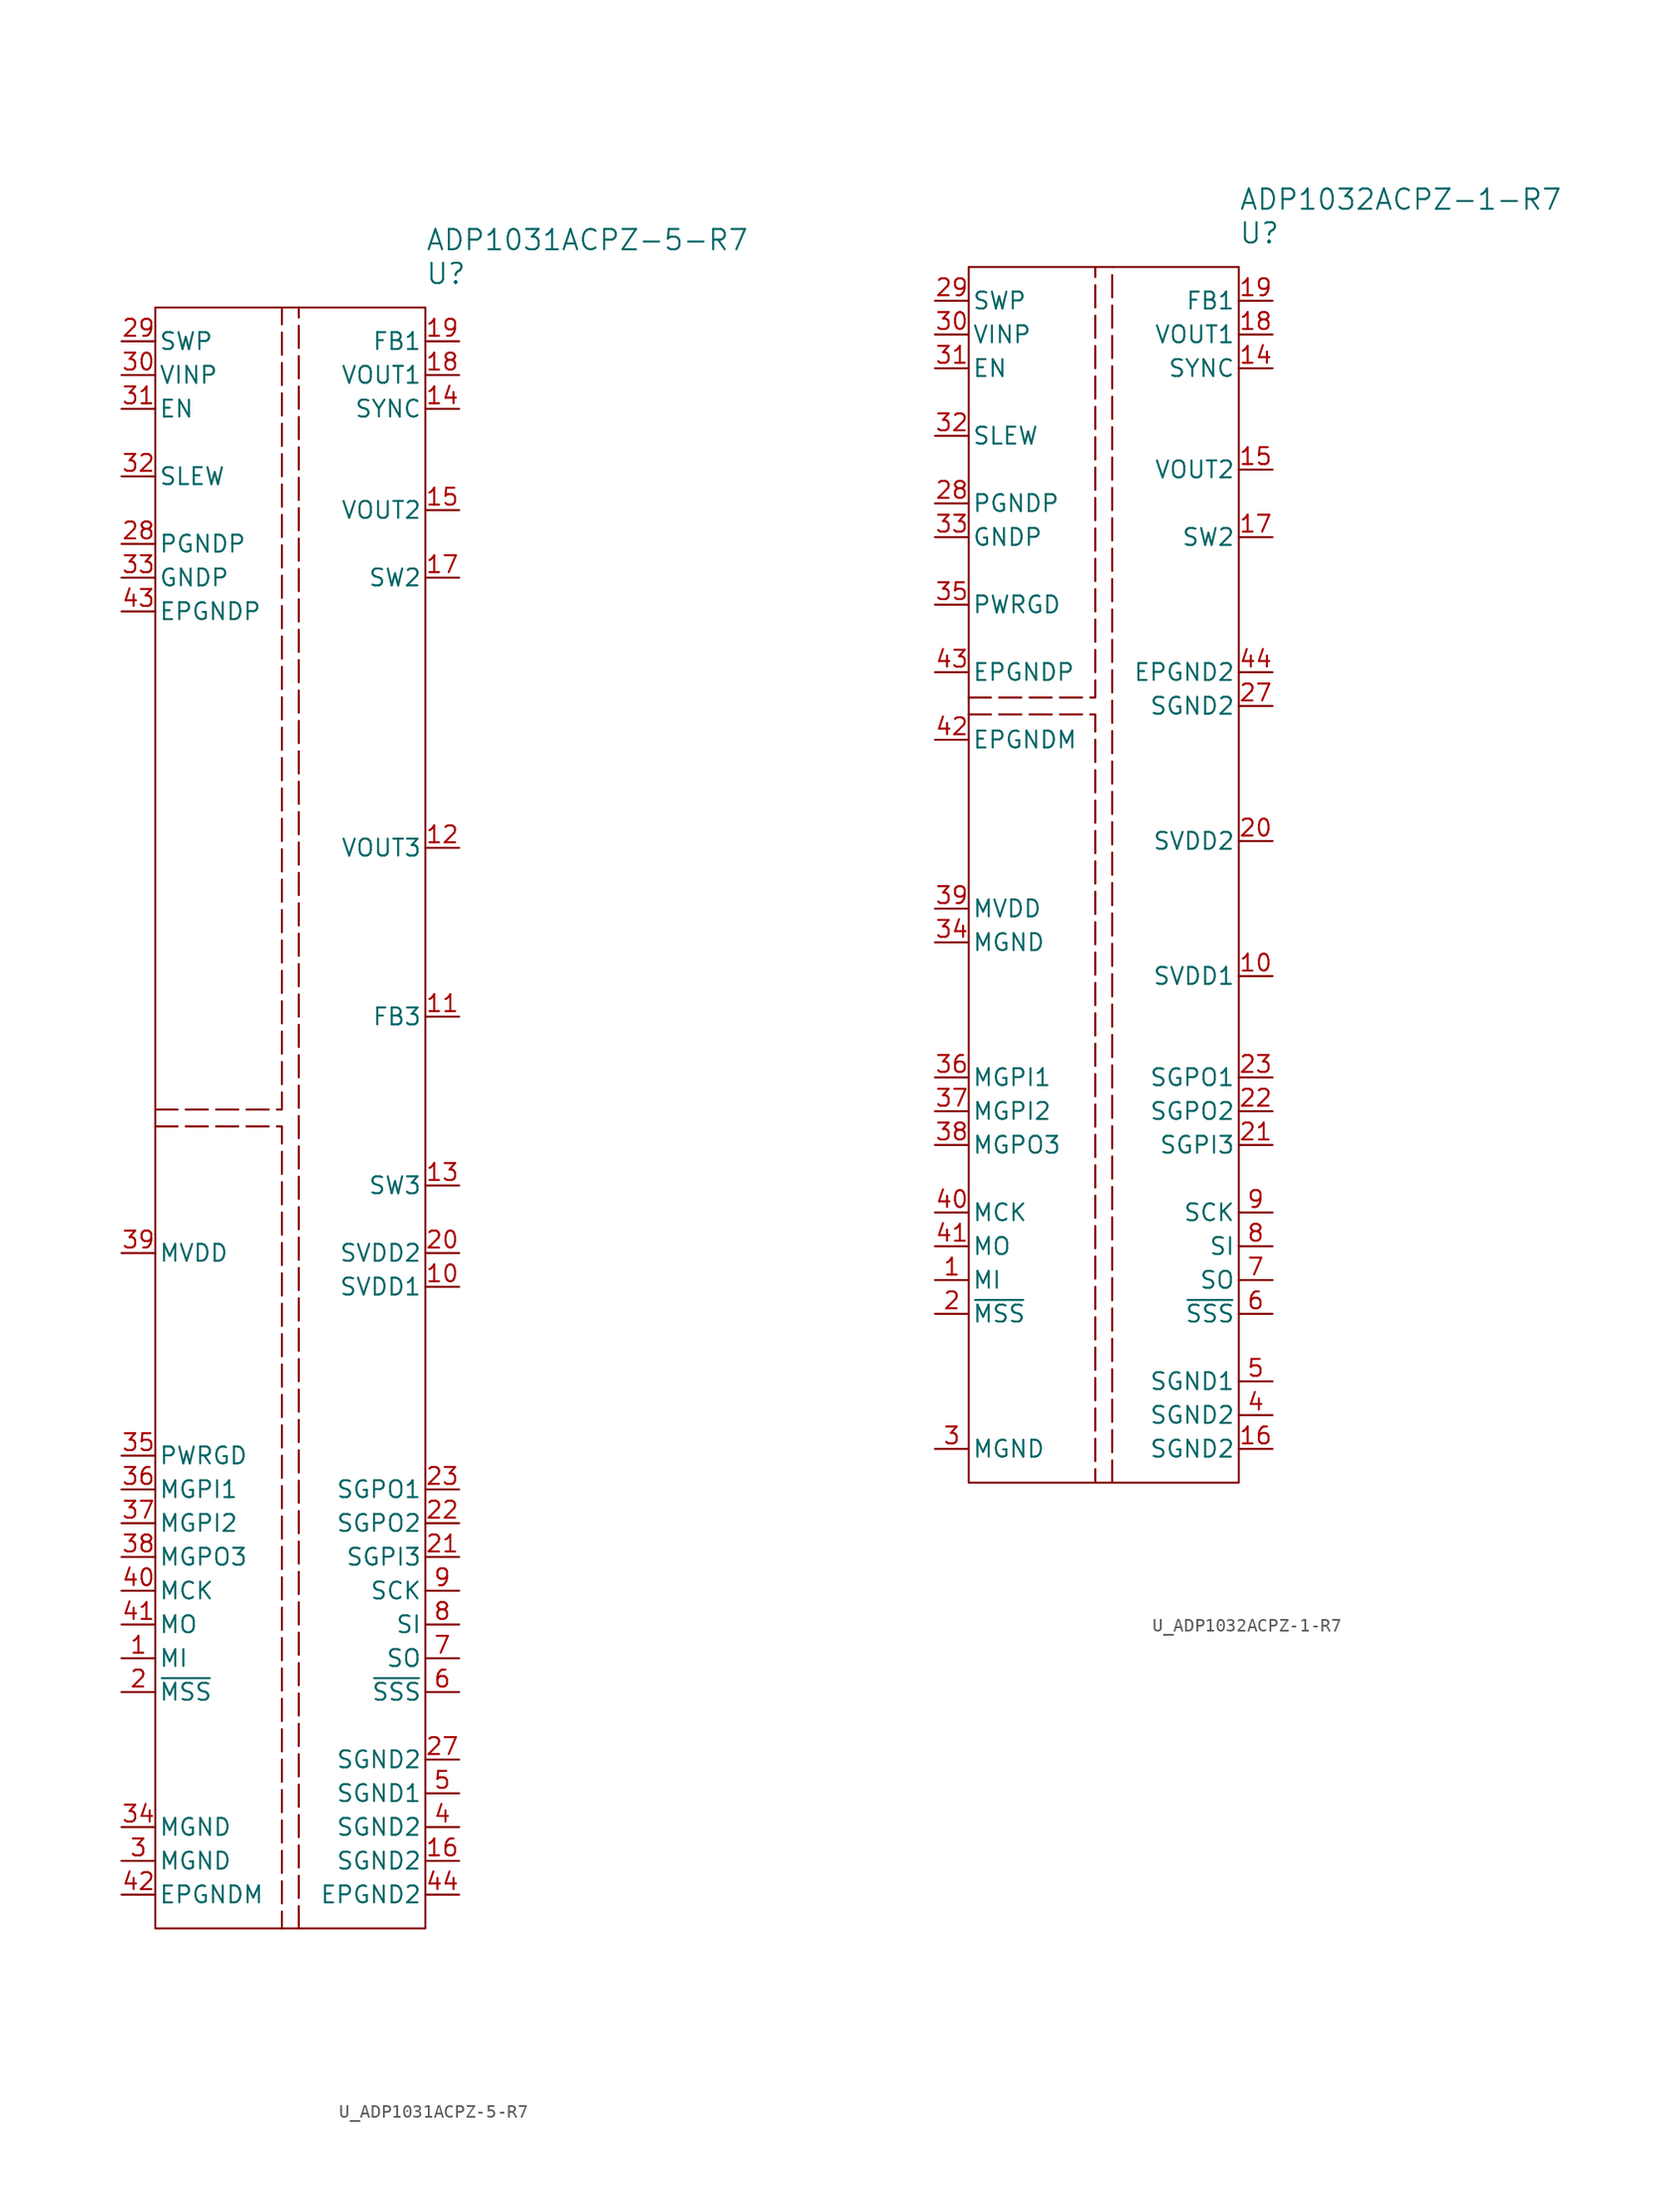
<source format=kicad_sym>
(kicad_symbol_lib
  (version 20241209)
  (generator "kicad_symbol_editor")
  (generator_version "9.0")
  (symbol "U_ADP1031ACPZ-5-R7"
    (pin_names
      (offset 0.254))
    (property "Reference" "U"
      (at 10.16 63.5 0)
      (effects (font (size 1.524 1.524)) (justify left)))
    (property "Value" "ADP1031ACPZ-5-R7"
      (at 10.16 66.04 0)
      (effects (font (size 1.524 1.524)) (justify left)))
    (symbol "U_ADP1031ACPZ-5-R7_0_1"
      (pin power_in line (at -12.7 55.88 0) (length 2.54) (name "VINP" (effects (font (size 1.27 1.27)))) (number "30" (effects (font (size 1.27 1.27)))))
      (pin input line (at -12.7 53.34 0) (length 2.54) (name "EN" (effects (font (size 1.27 1.27)))) (number "31" (effects (font (size 1.27 1.27)))))
      (pin input line (at -12.7 48.26 0) (length 2.54) (name "SLEW" (effects (font (size 1.27 1.27)))) (number "32" (effects (font (size 1.27 1.27)))))
      (pin power_out line (at -12.7 43.18 0) (length 2.54) (name "PGNDP" (effects (font (size 1.27 1.27)))) (number "28" (effects (font (size 1.27 1.27)))))
      (pin power_out line (at -12.7 40.64 0) (length 2.54) (name "GNDP" (effects (font (size 1.27 1.27)))) (number "33" (effects (font (size 1.27 1.27)))))
      (pin power_out line (at -12.7 38.1 0) (length 2.54) (name "EPGNDP" (effects (font (size 1.27 1.27)))) (number "43" (effects (font (size 1.27 1.27)))))
      (pin power_in line (at -12.7 -10.16 0) (length 2.54) (name "MVDD" (effects (font (size 1.27 1.27)))) (number "39" (effects (font (size 1.27 1.27)))))
      (pin power_out line (at -12.7 -25.4 0) (length 2.54) (name "PWRGD" (effects (font (size 1.27 1.27)))) (number "35" (effects (font (size 1.27 1.27)))))
      (pin input line (at -12.7 -27.94 0) (length 2.54) (name "MGPI1" (effects (font (size 1.27 1.27)))) (number "36" (effects (font (size 1.27 1.27)))))
      (pin input line (at -12.7 -30.48 0) (length 2.54) (name "MGPI2" (effects (font (size 1.27 1.27)))) (number "37" (effects (font (size 1.27 1.27)))))
      (pin output line (at -12.7 -33.02 0) (length 2.54) (name "MGPO3" (effects (font (size 1.27 1.27)))) (number "38" (effects (font (size 1.27 1.27)))))
      (pin input line (at -12.7 -35.56 0) (length 2.54) (name "MCK" (effects (font (size 1.27 1.27)))) (number "40" (effects (font (size 1.27 1.27)))))
      (pin input line (at -12.7 -38.1 0) (length 2.54) (name "MO" (effects (font (size 1.27 1.27)))) (number "41" (effects (font (size 1.27 1.27)))))
      (pin output line (at -12.7 -40.64 0) (length 2.54) (name "MI" (effects (font (size 1.27 1.27)))) (number "1" (effects (font (size 1.27 1.27)))))
      (pin input line (at 12.7 53.34 180) (length 2.54) (name "SYNC" (effects (font (size 1.27 1.27)))) (number "14" (effects (font (size 1.27 1.27)))))
      (pin input line (at 12.7 -33.02 180) (length 2.54) (name "SGPI3" (effects (font (size 1.27 1.27)))) (number "21" (effects (font (size 1.27 1.27)))))
      (pin output line (at 12.7 -35.56 180) (length 2.54) (name "SCK" (effects (font (size 1.27 1.27)))) (number "9" (effects (font (size 1.27 1.27)))))
      (pin output line (at 12.7 -38.1 180) (length 2.54) (name "SI" (effects (font (size 1.27 1.27)))) (number "8" (effects (font (size 1.27 1.27)))))
      (pin input line (at 12.7 -40.64 180) (length 2.54) (name "SO" (effects (font (size 1.27 1.27)))) (number "7" (effects (font (size 1.27 1.27))))))
    (symbol "U_ADP1031ACPZ-5-R7_1_1"
      (rectangle (start -10.16 60.96) (end 10.16 -60.96) (stroke (width 0) (type default)) (fill (type none)))
      (polyline (pts (xy -10.16 0.635) (xy -0.635 0.635) (xy -0.635 60.96)) (stroke (width 0) (type dash)) (fill (type none)))
      (polyline (pts (xy -10.16 -0.635) (xy -0.635 -0.635) (xy -0.635 -60.96)) (stroke (width 0) (type dash)) (fill (type none)))
      (polyline (pts (xy 0.635 -60.96) (xy 0.635 60.96)) (stroke (width 0) (type dash)) (fill (type none)))
      (pin power_in line (at -12.7 58.42 0) (length 2.54) (name "SWP" (effects (font (size 1.27 1.27)))) (number "29" (effects (font (size 1.27 1.27)))))
      (pin input line (at -12.7 -43.18 0) (length 2.54) (name "~{MSS}" (effects (font (size 1.27 1.27)))) (number "2" (effects (font (size 1.27 1.27)))))
      (pin power_in line (at -12.7 -53.34 0) (length 2.54) (name "MGND" (effects (font (size 1.27 1.27)))) (number "34" (effects (font (size 1.27 1.27)))))
      (pin power_in line (at -12.7 -55.88 0) (length 2.54) (name "MGND" (effects (font (size 1.27 1.27)))) (number "3" (effects (font (size 1.27 1.27)))))
      (pin power_in line (at -12.7 -58.42 0) (length 2.54) (name "EPGNDM" (effects (font (size 1.27 1.27)))) (number "42" (effects (font (size 1.27 1.27)))))
      (pin input line (at 12.7 58.42 180) (length 2.54) (name "FB1" (effects (font (size 1.27 1.27)))) (number "19" (effects (font (size 1.27 1.27)))))
      (pin power_out line (at 12.7 55.88 180) (length 2.54) (name "VOUT1" (effects (font (size 1.27 1.27)))) (number "18" (effects (font (size 1.27 1.27)))))
      (pin power_out line (at 12.7 45.72 180) (length 2.54) (name "VOUT2" (effects (font (size 1.27 1.27)))) (number "15" (effects (font (size 1.27 1.27)))))
      (pin power_in line (at 12.7 40.64 180) (length 2.54) (name "SW2" (effects (font (size 1.27 1.27)))) (number "17" (effects (font (size 1.27 1.27)))))
      (pin power_out line (at 12.7 20.32 180) (length 2.54) (name "VOUT3" (effects (font (size 1.27 1.27)))) (number "12" (effects (font (size 1.27 1.27)))))
      (pin input line (at 12.7 7.62 180) (length 2.54) (name "FB3" (effects (font (size 1.27 1.27)))) (number "11" (effects (font (size 1.27 1.27)))))
      (pin power_in line (at 12.7 -5.08 180) (length 2.54) (name "SW3" (effects (font (size 1.27 1.27)))) (number "13" (effects (font (size 1.27 1.27)))))
      (pin power_out line (at 12.7 -10.16 180) (length 2.54) (name "SVDD2" (effects (font (size 1.27 1.27)))) (number "20" (effects (font (size 1.27 1.27)))))
      (pin power_out line (at 12.7 -12.7 180) (length 2.54) (name "SVDD1" (effects (font (size 1.27 1.27)))) (number "10" (effects (font (size 1.27 1.27)))))
      (pin no_connect line (at 12.7 -17.78 180) (length 2.54) (hide yes) (name "DNC" (effects (font (size 1.27 1.27)))) (number "26" (effects (font (size 1.27 1.27)))))
      (pin no_connect line (at 12.7 -20.32 180) (length 2.54) (hide yes) (name "DNC" (effects (font (size 1.27 1.27)))) (number "25" (effects (font (size 1.27 1.27)))))
      (pin no_connect line (at 12.7 -22.86 180) (length 2.54) (hide yes) (name "DNC" (effects (font (size 1.27 1.27)))) (number "24" (effects (font (size 1.27 1.27)))))
      (pin output line (at 12.7 -27.94 180) (length 2.54) (name "SGPO1" (effects (font (size 1.27 1.27)))) (number "23" (effects (font (size 1.27 1.27)))))
      (pin output line (at 12.7 -30.48 180) (length 2.54) (name "SGPO2" (effects (font (size 1.27 1.27)))) (number "22" (effects (font (size 1.27 1.27)))))
      (pin output line (at 12.7 -43.18 180) (length 2.54) (name "~{SSS}" (effects (font (size 1.27 1.27)))) (number "6" (effects (font (size 1.27 1.27)))))
      (pin power_in line (at 12.7 -48.26 180) (length 2.54) (name "SGND2" (effects (font (size 1.27 1.27)))) (number "27" (effects (font (size 1.27 1.27)))))
      (pin power_in line (at 12.7 -50.8 180) (length 2.54) (name "SGND1" (effects (font (size 1.27 1.27)))) (number "5" (effects (font (size 1.27 1.27)))))
      (pin power_in line (at 12.7 -53.34 180) (length 2.54) (name "SGND2" (effects (font (size 1.27 1.27)))) (number "4" (effects (font (size 1.27 1.27)))))
      (pin power_in line (at 12.7 -55.88 180) (length 2.54) (name "SGND2" (effects (font (size 1.27 1.27)))) (number "16" (effects (font (size 1.27 1.27)))))
      (pin power_in line (at 12.7 -58.42 180) (length 2.54) (name "EPGND2" (effects (font (size 1.27 1.27)))) (number "44" (effects (font (size 1.27 1.27)))))))
  (symbol "U_ADP1032ACPZ-1-R7"
    (pin_names
      (offset 0.254))
    (property "Reference" "U"
      (at 10.16 50.8 0)
      (effects (font (size 1.524 1.524)) (justify left)))
    (property "Value" "ADP1032ACPZ-1-R7"
      (at 10.16 53.34 0)
      (effects (font (size 1.524 1.524)) (justify left)))
    (symbol "U_ADP1032ACPZ-1-R7_0_1"
      (pin power_in line (at -12.7 43.18 0) (length 2.54) (name "VINP" (effects (font (size 1.27 1.27)))) (number "30" (effects (font (size 1.27 1.27)))))
      (pin input line (at -12.7 40.64 0) (length 2.54) (name "EN" (effects (font (size 1.27 1.27)))) (number "31" (effects (font (size 1.27 1.27)))))
      (pin input line (at -12.7 35.56 0) (length 2.54) (name "SLEW" (effects (font (size 1.27 1.27)))) (number "32" (effects (font (size 1.27 1.27)))))
      (pin power_out line (at -12.7 30.48 0) (length 2.54) (name "PGNDP" (effects (font (size 1.27 1.27)))) (number "28" (effects (font (size 1.27 1.27)))))
      (pin power_out line (at -12.7 27.94 0) (length 2.54) (name "GNDP" (effects (font (size 1.27 1.27)))) (number "33" (effects (font (size 1.27 1.27)))))
      (pin power_out line (at -12.7 22.86 0) (length 2.54) (name "PWRGD" (effects (font (size 1.27 1.27)))) (number "35" (effects (font (size 1.27 1.27)))))
      (pin power_out line (at -12.7 17.78 0) (length 2.54) (name "EPGNDP" (effects (font (size 1.27 1.27)))) (number "43" (effects (font (size 1.27 1.27)))))
      (pin power_out line (at -12.7 12.7 0) (length 2.54) (name "EPGNDM" (effects (font (size 1.27 1.27)))) (number "42" (effects (font (size 1.27 1.27)))))
      (pin power_in line (at -12.7 0 0) (length 2.54) (name "MVDD" (effects (font (size 1.27 1.27)))) (number "39" (effects (font (size 1.27 1.27)))))
      (pin power_out line (at -12.7 -2.54 0) (length 2.54) (name "MGND" (effects (font (size 1.27 1.27)))) (number "34" (effects (font (size 1.27 1.27)))))
      (pin input line (at -12.7 -12.7 0) (length 2.54) (name "MGPI1" (effects (font (size 1.27 1.27)))) (number "36" (effects (font (size 1.27 1.27)))))
      (pin input line (at -12.7 -15.24 0) (length 2.54) (name "MGPI2" (effects (font (size 1.27 1.27)))) (number "37" (effects (font (size 1.27 1.27)))))
      (pin output line (at -12.7 -17.78 0) (length 2.54) (name "MGPO3" (effects (font (size 1.27 1.27)))) (number "38" (effects (font (size 1.27 1.27)))))
      (pin input line (at -12.7 -22.86 0) (length 2.54) (name "MCK" (effects (font (size 1.27 1.27)))) (number "40" (effects (font (size 1.27 1.27)))))
      (pin input line (at -12.7 -25.4 0) (length 2.54) (name "MO" (effects (font (size 1.27 1.27)))) (number "41" (effects (font (size 1.27 1.27)))))
      (pin output line (at -12.7 -27.94 0) (length 2.54) (name "MI" (effects (font (size 1.27 1.27)))) (number "1" (effects (font (size 1.27 1.27)))))
      (pin input line (at 12.7 40.64 180) (length 2.54) (name "SYNC" (effects (font (size 1.27 1.27)))) (number "14" (effects (font (size 1.27 1.27)))))
      (pin power_out line (at 12.7 17.78 180) (length 2.54) (name "EPGND2" (effects (font (size 1.27 1.27)))) (number "44" (effects (font (size 1.27 1.27)))))
      (pin power_out line (at 12.7 15.24 180) (length 2.54) (name "SGND2" (effects (font (size 1.27 1.27)))) (number "27" (effects (font (size 1.27 1.27)))))
      (pin power_in line (at 12.7 5.08 180) (length 2.54) (name "SVDD2" (effects (font (size 1.27 1.27)))) (number "20" (effects (font (size 1.27 1.27)))))
      (pin power_in line (at 12.7 -5.08 180) (length 2.54) (name "SVDD1" (effects (font (size 1.27 1.27)))) (number "10" (effects (font (size 1.27 1.27)))))
      (pin input line (at 12.7 -17.78 180) (length 2.54) (name "SGPI3" (effects (font (size 1.27 1.27)))) (number "21" (effects (font (size 1.27 1.27)))))
      (pin output line (at 12.7 -22.86 180) (length 2.54) (name "SCK" (effects (font (size 1.27 1.27)))) (number "9" (effects (font (size 1.27 1.27)))))
      (pin output line (at 12.7 -25.4 180) (length 2.54) (name "SI" (effects (font (size 1.27 1.27)))) (number "8" (effects (font (size 1.27 1.27)))))
      (pin input line (at 12.7 -27.94 180) (length 2.54) (name "SO" (effects (font (size 1.27 1.27)))) (number "7" (effects (font (size 1.27 1.27))))))
    (symbol "U_ADP1032ACPZ-1-R7_1_1"
      (rectangle (start -10.16 48.26) (end 10.16 -43.18) (stroke (width 0) (type default)) (fill (type none)))
      (polyline (pts (xy -10.16 15.875) (xy -0.635 15.875) (xy -0.635 48.26)) (stroke (width 0) (type dash)) (fill (type none)))
      (polyline (pts (xy -10.16 14.605) (xy -0.635 14.605) (xy -0.635 -43.18)) (stroke (width 0) (type dash)) (fill (type none)))
      (polyline (pts (xy 0.635 -43.18) (xy 0.635 48.26)) (stroke (width 0) (type dash)) (fill (type none)))
      (pin power_in line (at -12.7 45.72 0) (length 2.54) (name "SWP" (effects (font (size 1.27 1.27)))) (number "29" (effects (font (size 1.27 1.27)))))
      (pin input line (at -12.7 -30.48 0) (length 2.54) (name "~{MSS}" (effects (font (size 1.27 1.27)))) (number "2" (effects (font (size 1.27 1.27)))))
      (pin power_in line (at -12.7 -40.64 0) (length 2.54) (name "MGND" (effects (font (size 1.27 1.27)))) (number "3" (effects (font (size 1.27 1.27)))))
      (pin input line (at 12.7 45.72 180) (length 2.54) (name "FB1" (effects (font (size 1.27 1.27)))) (number "19" (effects (font (size 1.27 1.27)))))
      (pin power_out line (at 12.7 43.18 180) (length 2.54) (name "VOUT1" (effects (font (size 1.27 1.27)))) (number "18" (effects (font (size 1.27 1.27)))))
      (pin power_out line (at 12.7 33.02 180) (length 2.54) (name "VOUT2" (effects (font (size 1.27 1.27)))) (number "15" (effects (font (size 1.27 1.27)))))
      (pin power_in line (at 12.7 27.94 180) (length 2.54) (name "SW2" (effects (font (size 1.27 1.27)))) (number "17" (effects (font (size 1.27 1.27)))))
      (pin no_connect line (at 12.7 12.7 180) (length 2.54) (hide yes) (name "DNC" (effects (font (size 1.27 1.27)))) (number "26" (effects (font (size 1.27 1.27)))))
      (pin no_connect line (at 12.7 10.16 180) (length 2.54) (hide yes) (name "DNC" (effects (font (size 1.27 1.27)))) (number "25" (effects (font (size 1.27 1.27)))))
      (pin no_connect line (at 12.7 7.62 180) (length 2.54) (hide yes) (name "DNC" (effects (font (size 1.27 1.27)))) (number "24" (effects (font (size 1.27 1.27)))))
      (pin no_connect line (at 12.7 2.54 180) (length 2.54) (hide yes) (name "DNC" (effects (font (size 1.27 1.27)))) (number "13" (effects (font (size 1.27 1.27)))))
      (pin no_connect line (at 12.7 0 180) (length 2.54) (hide yes) (name "DNC" (effects (font (size 1.27 1.27)))) (number "12" (effects (font (size 1.27 1.27)))))
      (pin no_connect line (at 12.7 -2.54 180) (length 2.54) (hide yes) (name "DNC" (effects (font (size 1.27 1.27)))) (number "11" (effects (font (size 1.27 1.27)))))
      (pin output line (at 12.7 -12.7 180) (length 2.54) (name "SGPO1" (effects (font (size 1.27 1.27)))) (number "23" (effects (font (size 1.27 1.27)))))
      (pin output line (at 12.7 -15.24 180) (length 2.54) (name "SGPO2" (effects (font (size 1.27 1.27)))) (number "22" (effects (font (size 1.27 1.27)))))
      (pin output line (at 12.7 -30.48 180) (length 2.54) (name "~{SSS}" (effects (font (size 1.27 1.27)))) (number "6" (effects (font (size 1.27 1.27)))))
      (pin power_in line (at 12.7 -35.56 180) (length 2.54) (name "SGND1" (effects (font (size 1.27 1.27)))) (number "5" (effects (font (size 1.27 1.27)))))
      (pin power_in line (at 12.7 -38.1 180) (length 2.54) (name "SGND2" (effects (font (size 1.27 1.27)))) (number "4" (effects (font (size 1.27 1.27)))))
      (pin power_in line (at 12.7 -40.64 180) (length 2.54) (name "SGND2" (effects (font (size 1.27 1.27)))) (number "16" (effects (font (size 1.27 1.27))))))))
</source>
